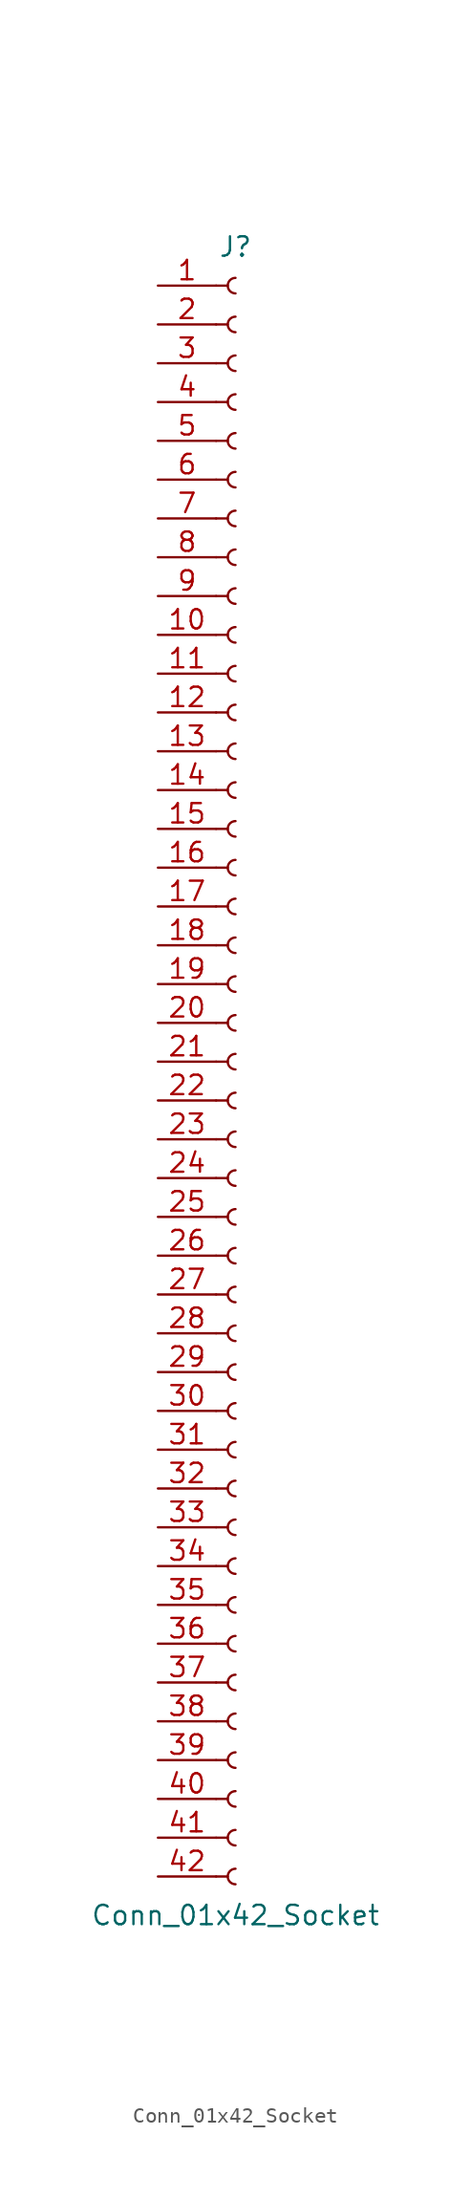
<source format=kicad_sym>
(kicad_symbol_lib
  (version 20241209)
  (generator "kicad_symbol_editor")
  (generator_version "9.0")
  (symbol "Conn_01x42_Socket"
    (pin_names
      (offset 1.016)
      (hide yes))
    (property "Reference" "J"
      (at 0 53.34 0)
      (effects (font (size 1.27 1.27))))
    (property "Value" "Conn_01x42_Socket"
      (at 0 -55.88 0)
      (effects (font (size 1.27 1.27))))
    (property "ki_locked" ""
      (at 0 0 0)
      (effects (font (size 1.27 1.27))))
    (symbol "Conn_01x42_Socket_1_1"
      (polyline (pts (xy -1.27 50.8) (xy -0.508 50.8)) (stroke (width 0.152) (type default)) (fill (type none)))
      (polyline (pts (xy -1.27 48.26) (xy -0.508 48.26)) (stroke (width 0.152) (type default)) (fill (type none)))
      (polyline (pts (xy -1.27 45.72) (xy -0.508 45.72)) (stroke (width 0.152) (type default)) (fill (type none)))
      (polyline (pts (xy -1.27 43.18) (xy -0.508 43.18)) (stroke (width 0.152) (type default)) (fill (type none)))
      (polyline (pts (xy -1.27 40.64) (xy -0.508 40.64)) (stroke (width 0.152) (type default)) (fill (type none)))
      (polyline (pts (xy -1.27 38.1) (xy -0.508 38.1)) (stroke (width 0.152) (type default)) (fill (type none)))
      (polyline (pts (xy -1.27 35.56) (xy -0.508 35.56)) (stroke (width 0.152) (type default)) (fill (type none)))
      (polyline (pts (xy -1.27 33.02) (xy -0.508 33.02)) (stroke (width 0.152) (type default)) (fill (type none)))
      (polyline (pts (xy -1.27 30.48) (xy -0.508 30.48)) (stroke (width 0.152) (type default)) (fill (type none)))
      (polyline (pts (xy -1.27 27.94) (xy -0.508 27.94)) (stroke (width 0.152) (type default)) (fill (type none)))
      (polyline (pts (xy -1.27 25.4) (xy -0.508 25.4)) (stroke (width 0.152) (type default)) (fill (type none)))
      (polyline (pts (xy -1.27 22.86) (xy -0.508 22.86)) (stroke (width 0.152) (type default)) (fill (type none)))
      (polyline (pts (xy -1.27 20.32) (xy -0.508 20.32)) (stroke (width 0.152) (type default)) (fill (type none)))
      (polyline (pts (xy -1.27 17.78) (xy -0.508 17.78)) (stroke (width 0.152) (type default)) (fill (type none)))
      (polyline (pts (xy -1.27 15.24) (xy -0.508 15.24)) (stroke (width 0.152) (type default)) (fill (type none)))
      (polyline (pts (xy -1.27 12.7) (xy -0.508 12.7)) (stroke (width 0.152) (type default)) (fill (type none)))
      (polyline (pts (xy -1.27 10.16) (xy -0.508 10.16)) (stroke (width 0.152) (type default)) (fill (type none)))
      (polyline (pts (xy -1.27 7.62) (xy -0.508 7.62)) (stroke (width 0.152) (type default)) (fill (type none)))
      (polyline (pts (xy -1.27 5.08) (xy -0.508 5.08)) (stroke (width 0.152) (type default)) (fill (type none)))
      (polyline (pts (xy -1.27 2.54) (xy -0.508 2.54)) (stroke (width 0.152) (type default)) (fill (type none)))
      (polyline (pts (xy -1.27 0) (xy -0.508 0)) (stroke (width 0.152) (type default)) (fill (type none)))
      (polyline (pts (xy -1.27 -2.54) (xy -0.508 -2.54)) (stroke (width 0.152) (type default)) (fill (type none)))
      (polyline (pts (xy -1.27 -5.08) (xy -0.508 -5.08)) (stroke (width 0.152) (type default)) (fill (type none)))
      (polyline (pts (xy -1.27 -7.62) (xy -0.508 -7.62)) (stroke (width 0.152) (type default)) (fill (type none)))
      (polyline (pts (xy -1.27 -10.16) (xy -0.508 -10.16)) (stroke (width 0.152) (type default)) (fill (type none)))
      (polyline (pts (xy -1.27 -12.7) (xy -0.508 -12.7)) (stroke (width 0.152) (type default)) (fill (type none)))
      (polyline (pts (xy -1.27 -15.24) (xy -0.508 -15.24)) (stroke (width 0.152) (type default)) (fill (type none)))
      (polyline (pts (xy -1.27 -17.78) (xy -0.508 -17.78)) (stroke (width 0.152) (type default)) (fill (type none)))
      (polyline (pts (xy -1.27 -20.32) (xy -0.508 -20.32)) (stroke (width 0.152) (type default)) (fill (type none)))
      (polyline (pts (xy -1.27 -22.86) (xy -0.508 -22.86)) (stroke (width 0.152) (type default)) (fill (type none)))
      (polyline (pts (xy -1.27 -25.4) (xy -0.508 -25.4)) (stroke (width 0.152) (type default)) (fill (type none)))
      (polyline (pts (xy -1.27 -27.94) (xy -0.508 -27.94)) (stroke (width 0.152) (type default)) (fill (type none)))
      (polyline (pts (xy -1.27 -30.48) (xy -0.508 -30.48)) (stroke (width 0.152) (type default)) (fill (type none)))
      (polyline (pts (xy -1.27 -33.02) (xy -0.508 -33.02)) (stroke (width 0.152) (type default)) (fill (type none)))
      (polyline (pts (xy -1.27 -35.56) (xy -0.508 -35.56)) (stroke (width 0.152) (type default)) (fill (type none)))
      (polyline (pts (xy -1.27 -38.1) (xy -0.508 -38.1)) (stroke (width 0.152) (type default)) (fill (type none)))
      (polyline (pts (xy -1.27 -40.64) (xy -0.508 -40.64)) (stroke (width 0.152) (type default)) (fill (type none)))
      (polyline (pts (xy -1.27 -43.18) (xy -0.508 -43.18)) (stroke (width 0.152) (type default)) (fill (type none)))
      (polyline (pts (xy -1.27 -45.72) (xy -0.508 -45.72)) (stroke (width 0.152) (type default)) (fill (type none)))
      (polyline (pts (xy -1.27 -48.26) (xy -0.508 -48.26)) (stroke (width 0.152) (type default)) (fill (type none)))
      (polyline (pts (xy -1.27 -50.8) (xy -0.508 -50.8)) (stroke (width 0.152) (type default)) (fill (type none)))
      (polyline (pts (xy -1.27 -53.34) (xy -0.508 -53.34)) (stroke (width 0.152) (type default)) (fill (type none)))
      (arc (start 0 50.292) (mid -0.5058 50.8) (end 0 51.308) (stroke (width 0.1524) (type default)) (fill (type none)))
      (arc (start 0 47.752) (mid -0.5058 48.26) (end 0 48.768) (stroke (width 0.1524) (type default)) (fill (type none)))
      (arc (start 0 45.212) (mid -0.5058 45.72) (end 0 46.228) (stroke (width 0.1524) (type default)) (fill (type none)))
      (arc (start 0 42.672) (mid -0.5058 43.18) (end 0 43.688) (stroke (width 0.1524) (type default)) (fill (type none)))
      (arc (start 0 40.132) (mid -0.5058 40.64) (end 0 41.148) (stroke (width 0.1524) (type default)) (fill (type none)))
      (arc (start 0 37.592) (mid -0.5058 38.1) (end 0 38.608) (stroke (width 0.1524) (type default)) (fill (type none)))
      (arc (start 0 35.052) (mid -0.5058 35.56) (end 0 36.068) (stroke (width 0.1524) (type default)) (fill (type none)))
      (arc (start 0 32.512) (mid -0.5058 33.02) (end 0 33.528) (stroke (width 0.1524) (type default)) (fill (type none)))
      (arc (start 0 29.972) (mid -0.5058 30.48) (end 0 30.988) (stroke (width 0.1524) (type default)) (fill (type none)))
      (arc (start 0 27.432) (mid -0.5058 27.94) (end 0 28.448) (stroke (width 0.1524) (type default)) (fill (type none)))
      (arc (start 0 24.892) (mid -0.5058 25.4) (end 0 25.908) (stroke (width 0.1524) (type default)) (fill (type none)))
      (arc (start 0 22.352) (mid -0.5058 22.86) (end 0 23.368) (stroke (width 0.1524) (type default)) (fill (type none)))
      (arc (start 0 19.812) (mid -0.5058 20.32) (end 0 20.828) (stroke (width 0.1524) (type default)) (fill (type none)))
      (arc (start 0 17.272) (mid -0.5058 17.78) (end 0 18.288) (stroke (width 0.1524) (type default)) (fill (type none)))
      (arc (start 0 14.732) (mid -0.5058 15.24) (end 0 15.748) (stroke (width 0.1524) (type default)) (fill (type none)))
      (arc (start 0 12.192) (mid -0.5058 12.7) (end 0 13.208) (stroke (width 0.1524) (type default)) (fill (type none)))
      (arc (start 0 9.652) (mid -0.5058 10.16) (end 0 10.668) (stroke (width 0.1524) (type default)) (fill (type none)))
      (arc (start 0 7.112) (mid -0.5058 7.62) (end 0 8.128) (stroke (width 0.1524) (type default)) (fill (type none)))
      (arc (start 0 4.572) (mid -0.5058 5.08) (end 0 5.588) (stroke (width 0.1524) (type default)) (fill (type none)))
      (arc (start 0 2.032) (mid -0.5058 2.54) (end 0 3.048) (stroke (width 0.1524) (type default)) (fill (type none)))
      (arc (start 0 -0.508) (mid -0.5058 0) (end 0 0.508) (stroke (width 0.1524) (type default)) (fill (type none)))
      (arc (start 0 -3.048) (mid -0.5058 -2.54) (end 0 -2.032) (stroke (width 0.1524) (type default)) (fill (type none)))
      (arc (start 0 -5.588) (mid -0.5058 -5.08) (end 0 -4.572) (stroke (width 0.1524) (type default)) (fill (type none)))
      (arc (start 0 -8.128) (mid -0.5058 -7.62) (end 0 -7.112) (stroke (width 0.1524) (type default)) (fill (type none)))
      (arc (start 0 -10.668) (mid -0.5058 -10.16) (end 0 -9.652) (stroke (width 0.1524) (type default)) (fill (type none)))
      (arc (start 0 -13.208) (mid -0.5058 -12.7) (end 0 -12.192) (stroke (width 0.1524) (type default)) (fill (type none)))
      (arc (start 0 -15.748) (mid -0.5058 -15.24) (end 0 -14.732) (stroke (width 0.1524) (type default)) (fill (type none)))
      (arc (start 0 -18.288) (mid -0.5058 -17.78) (end 0 -17.272) (stroke (width 0.1524) (type default)) (fill (type none)))
      (arc (start 0 -20.828) (mid -0.5058 -20.32) (end 0 -19.812) (stroke (width 0.1524) (type default)) (fill (type none)))
      (arc (start 0 -23.368) (mid -0.5058 -22.86) (end 0 -22.352) (stroke (width 0.1524) (type default)) (fill (type none)))
      (arc (start 0 -25.908) (mid -0.5058 -25.4) (end 0 -24.892) (stroke (width 0.1524) (type default)) (fill (type none)))
      (arc (start 0 -28.448) (mid -0.5058 -27.94) (end 0 -27.432) (stroke (width 0.1524) (type default)) (fill (type none)))
      (arc (start 0 -30.988) (mid -0.5058 -30.48) (end 0 -29.972) (stroke (width 0.1524) (type default)) (fill (type none)))
      (arc (start 0 -33.528) (mid -0.5058 -33.02) (end 0 -32.512) (stroke (width 0.1524) (type default)) (fill (type none)))
      (arc (start 0 -36.068) (mid -0.5058 -35.56) (end 0 -35.052) (stroke (width 0.1524) (type default)) (fill (type none)))
      (arc (start 0 -38.608) (mid -0.5058 -38.1) (end 0 -37.592) (stroke (width 0.1524) (type default)) (fill (type none)))
      (arc (start 0 -41.148) (mid -0.5058 -40.64) (end 0 -40.132) (stroke (width 0.1524) (type default)) (fill (type none)))
      (arc (start 0 -43.688) (mid -0.5058 -43.18) (end 0 -42.672) (stroke (width 0.1524) (type default)) (fill (type none)))
      (arc (start 0 -46.228) (mid -0.5058 -45.72) (end 0 -45.212) (stroke (width 0.1524) (type default)) (fill (type none)))
      (arc (start 0 -48.768) (mid -0.5058 -48.26) (end 0 -47.752) (stroke (width 0.1524) (type default)) (fill (type none)))
      (arc (start 0 -51.308) (mid -0.5058 -50.8) (end 0 -50.292) (stroke (width 0.1524) (type default)) (fill (type none)))
      (arc (start 0 -53.848) (mid -0.5058 -53.34) (end 0 -52.832) (stroke (width 0.1524) (type default)) (fill (type none)))
      (pin passive line (at -5.08 50.8 0) (length 3.81) (name "Pin_1" (effects (font (size 1.27 1.27)))) (number "1" (effects (font (size 1.27 1.27)))))
      (pin passive line (at -5.08 48.26 0) (length 3.81) (name "Pin_2" (effects (font (size 1.27 1.27)))) (number "2" (effects (font (size 1.27 1.27)))))
      (pin passive line (at -5.08 45.72 0) (length 3.81) (name "Pin_3" (effects (font (size 1.27 1.27)))) (number "3" (effects (font (size 1.27 1.27)))))
      (pin passive line (at -5.08 43.18 0) (length 3.81) (name "Pin_4" (effects (font (size 1.27 1.27)))) (number "4" (effects (font (size 1.27 1.27)))))
      (pin passive line (at -5.08 40.64 0) (length 3.81) (name "Pin_5" (effects (font (size 1.27 1.27)))) (number "5" (effects (font (size 1.27 1.27)))))
      (pin passive line (at -5.08 38.1 0) (length 3.81) (name "Pin_6" (effects (font (size 1.27 1.27)))) (number "6" (effects (font (size 1.27 1.27)))))
      (pin passive line (at -5.08 35.56 0) (length 3.81) (name "Pin_7" (effects (font (size 1.27 1.27)))) (number "7" (effects (font (size 1.27 1.27)))))
      (pin passive line (at -5.08 33.02 0) (length 3.81) (name "Pin_8" (effects (font (size 1.27 1.27)))) (number "8" (effects (font (size 1.27 1.27)))))
      (pin passive line (at -5.08 30.48 0) (length 3.81) (name "Pin_9" (effects (font (size 1.27 1.27)))) (number "9" (effects (font (size 1.27 1.27)))))
      (pin passive line (at -5.08 27.94 0) (length 3.81) (name "Pin_10" (effects (font (size 1.27 1.27)))) (number "10" (effects (font (size 1.27 1.27)))))
      (pin passive line (at -5.08 25.4 0) (length 3.81) (name "Pin_11" (effects (font (size 1.27 1.27)))) (number "11" (effects (font (size 1.27 1.27)))))
      (pin passive line (at -5.08 22.86 0) (length 3.81) (name "Pin_12" (effects (font (size 1.27 1.27)))) (number "12" (effects (font (size 1.27 1.27)))))
      (pin passive line (at -5.08 20.32 0) (length 3.81) (name "Pin_13" (effects (font (size 1.27 1.27)))) (number "13" (effects (font (size 1.27 1.27)))))
      (pin passive line (at -5.08 17.78 0) (length 3.81) (name "Pin_14" (effects (font (size 1.27 1.27)))) (number "14" (effects (font (size 1.27 1.27)))))
      (pin passive line (at -5.08 15.24 0) (length 3.81) (name "Pin_15" (effects (font (size 1.27 1.27)))) (number "15" (effects (font (size 1.27 1.27)))))
      (pin passive line (at -5.08 12.7 0) (length 3.81) (name "Pin_16" (effects (font (size 1.27 1.27)))) (number "16" (effects (font (size 1.27 1.27)))))
      (pin passive line (at -5.08 10.16 0) (length 3.81) (name "Pin_17" (effects (font (size 1.27 1.27)))) (number "17" (effects (font (size 1.27 1.27)))))
      (pin passive line (at -5.08 7.62 0) (length 3.81) (name "Pin_18" (effects (font (size 1.27 1.27)))) (number "18" (effects (font (size 1.27 1.27)))))
      (pin passive line (at -5.08 5.08 0) (length 3.81) (name "Pin_19" (effects (font (size 1.27 1.27)))) (number "19" (effects (font (size 1.27 1.27)))))
      (pin passive line (at -5.08 2.54 0) (length 3.81) (name "Pin_20" (effects (font (size 1.27 1.27)))) (number "20" (effects (font (size 1.27 1.27)))))
      (pin passive line (at -5.08 0 0) (length 3.81) (name "Pin_21" (effects (font (size 1.27 1.27)))) (number "21" (effects (font (size 1.27 1.27)))))
      (pin passive line (at -5.08 -2.54 0) (length 3.81) (name "Pin_22" (effects (font (size 1.27 1.27)))) (number "22" (effects (font (size 1.27 1.27)))))
      (pin passive line (at -5.08 -5.08 0) (length 3.81) (name "Pin_23" (effects (font (size 1.27 1.27)))) (number "23" (effects (font (size 1.27 1.27)))))
      (pin passive line (at -5.08 -7.62 0) (length 3.81) (name "Pin_24" (effects (font (size 1.27 1.27)))) (number "24" (effects (font (size 1.27 1.27)))))
      (pin passive line (at -5.08 -10.16 0) (length 3.81) (name "Pin_25" (effects (font (size 1.27 1.27)))) (number "25" (effects (font (size 1.27 1.27)))))
      (pin passive line (at -5.08 -12.7 0) (length 3.81) (name "Pin_26" (effects (font (size 1.27 1.27)))) (number "26" (effects (font (size 1.27 1.27)))))
      (pin passive line (at -5.08 -15.24 0) (length 3.81) (name "Pin_27" (effects (font (size 1.27 1.27)))) (number "27" (effects (font (size 1.27 1.27)))))
      (pin passive line (at -5.08 -17.78 0) (length 3.81) (name "Pin_28" (effects (font (size 1.27 1.27)))) (number "28" (effects (font (size 1.27 1.27)))))
      (pin passive line (at -5.08 -20.32 0) (length 3.81) (name "Pin_29" (effects (font (size 1.27 1.27)))) (number "29" (effects (font (size 1.27 1.27)))))
      (pin passive line (at -5.08 -22.86 0) (length 3.81) (name "Pin_30" (effects (font (size 1.27 1.27)))) (number "30" (effects (font (size 1.27 1.27)))))
      (pin passive line (at -5.08 -25.4 0) (length 3.81) (name "Pin_31" (effects (font (size 1.27 1.27)))) (number "31" (effects (font (size 1.27 1.27)))))
      (pin passive line (at -5.08 -27.94 0) (length 3.81) (name "Pin_32" (effects (font (size 1.27 1.27)))) (number "32" (effects (font (size 1.27 1.27)))))
      (pin passive line (at -5.08 -30.48 0) (length 3.81) (name "Pin_33" (effects (font (size 1.27 1.27)))) (number "33" (effects (font (size 1.27 1.27)))))
      (pin passive line (at -5.08 -33.02 0) (length 3.81) (name "Pin_34" (effects (font (size 1.27 1.27)))) (number "34" (effects (font (size 1.27 1.27)))))
      (pin passive line (at -5.08 -35.56 0) (length 3.81) (name "Pin_35" (effects (font (size 1.27 1.27)))) (number "35" (effects (font (size 1.27 1.27)))))
      (pin passive line (at -5.08 -38.1 0) (length 3.81) (name "Pin_36" (effects (font (size 1.27 1.27)))) (number "36" (effects (font (size 1.27 1.27)))))
      (pin passive line (at -5.08 -40.64 0) (length 3.81) (name "Pin_37" (effects (font (size 1.27 1.27)))) (number "37" (effects (font (size 1.27 1.27)))))
      (pin passive line (at -5.08 -43.18 0) (length 3.81) (name "Pin_38" (effects (font (size 1.27 1.27)))) (number "38" (effects (font (size 1.27 1.27)))))
      (pin passive line (at -5.08 -45.72 0) (length 3.81) (name "Pin_39" (effects (font (size 1.27 1.27)))) (number "39" (effects (font (size 1.27 1.27)))))
      (pin passive line (at -5.08 -48.26 0) (length 3.81) (name "Pin_40" (effects (font (size 1.27 1.27)))) (number "40" (effects (font (size 1.27 1.27)))))
      (pin passive line (at -5.08 -50.8 0) (length 3.81) (name "Pin_41" (effects (font (size 1.27 1.27)))) (number "41" (effects (font (size 1.27 1.27)))))
      (pin passive line (at -5.08 -53.34 0) (length 3.81) (name "Pin_42" (effects (font (size 1.27 1.27)))) (number "42" (effects (font (size 1.27 1.27))))))))
</source>
